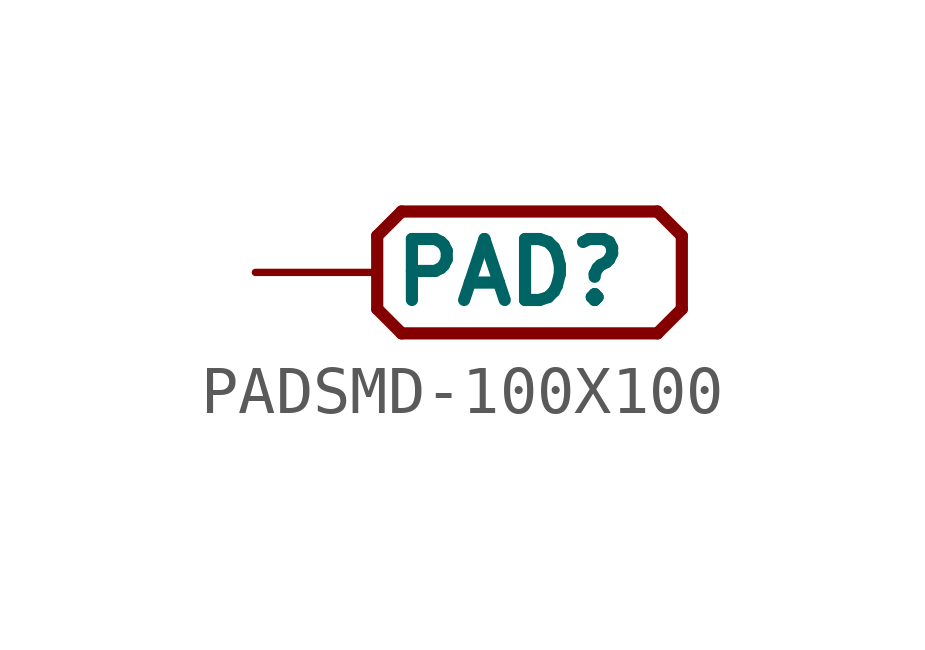
<source format=kicad_sym>
(kicad_symbol_lib
  (version 20211014)
  (generator kicad_symbol_editor)
  (symbol "PADSMD-100X100"
    (property "Reference" "PAD"
      (at -2.286 0 0)
      (effects (font (size 1.27 1.27) bold) (justify left)))
    (property "ki_locked" ""
      (at 0 0 0)
      (effects (font (size 1.27 1.27))))
    (symbol "PADSMD-100X100_1_0"
      (polyline (pts (xy -2.54 -0.762) (xy -2.54 0.762)) (stroke (width 0.254) (type default) (color 0 0 0 0)) (fill (type none)))
      (polyline (pts (xy -2.54 0.762) (xy -2.032 1.27)) (stroke (width 0.254) (type default) (color 0 0 0 0)) (fill (type none)))
      (polyline (pts (xy -2.032 -1.27) (xy -2.54 -0.762)) (stroke (width 0.254) (type default) (color 0 0 0 0)) (fill (type none)))
      (polyline (pts (xy -2.032 1.27) (xy 3.302 1.27)) (stroke (width 0.254) (type default) (color 0 0 0 0)) (fill (type none)))
      (polyline (pts (xy 3.302 -1.27) (xy -2.032 -1.27)) (stroke (width 0.254) (type default) (color 0 0 0 0)) (fill (type none)))
      (polyline (pts (xy 3.302 1.27) (xy 3.81 0.762)) (stroke (width 0.254) (type default) (color 0 0 0 0)) (fill (type none)))
      (polyline (pts (xy 3.81 -0.762) (xy 3.302 -1.27)) (stroke (width 0.254) (type default) (color 0 0 0 0)) (fill (type none)))
      (polyline (pts (xy 3.81 0.762) (xy 3.81 -0.762)) (stroke (width 0.254) (type default) (color 0 0 0 0)) (fill (type none)))
      (pin bidirectional line (at -5.08 0 0) (length 2.54) (name "PAD" (effects (font (size 0 0)))) (number "PAD" (effects (font (size 0 0))))))))
</source>
